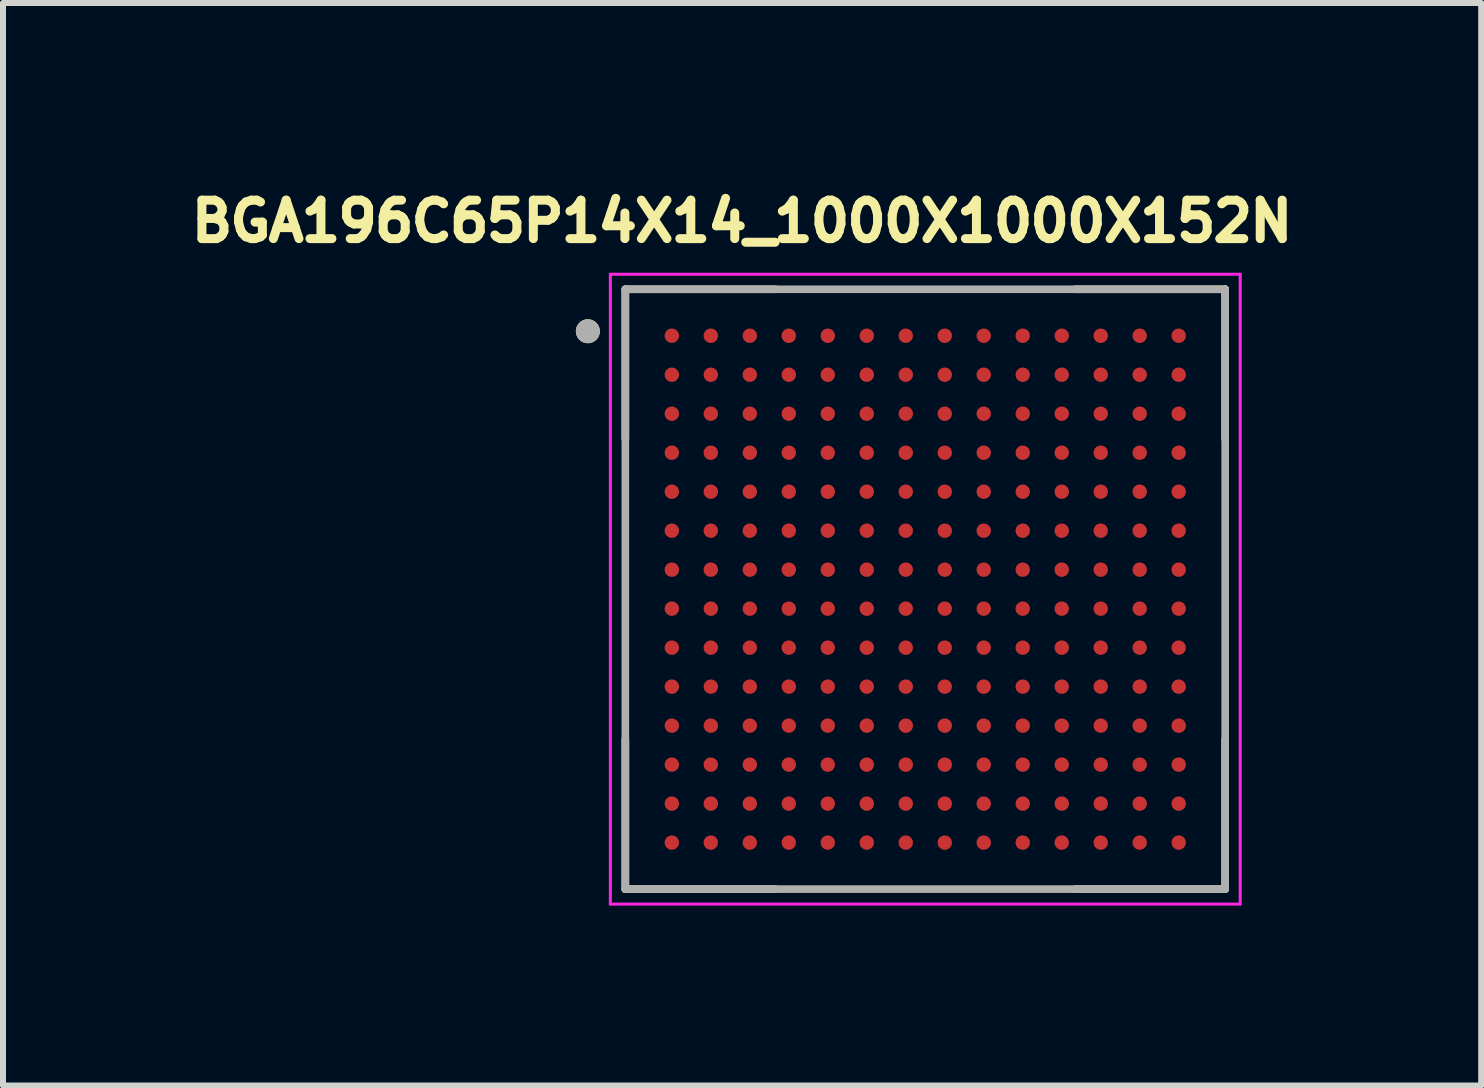
<source format=kicad_pcb>
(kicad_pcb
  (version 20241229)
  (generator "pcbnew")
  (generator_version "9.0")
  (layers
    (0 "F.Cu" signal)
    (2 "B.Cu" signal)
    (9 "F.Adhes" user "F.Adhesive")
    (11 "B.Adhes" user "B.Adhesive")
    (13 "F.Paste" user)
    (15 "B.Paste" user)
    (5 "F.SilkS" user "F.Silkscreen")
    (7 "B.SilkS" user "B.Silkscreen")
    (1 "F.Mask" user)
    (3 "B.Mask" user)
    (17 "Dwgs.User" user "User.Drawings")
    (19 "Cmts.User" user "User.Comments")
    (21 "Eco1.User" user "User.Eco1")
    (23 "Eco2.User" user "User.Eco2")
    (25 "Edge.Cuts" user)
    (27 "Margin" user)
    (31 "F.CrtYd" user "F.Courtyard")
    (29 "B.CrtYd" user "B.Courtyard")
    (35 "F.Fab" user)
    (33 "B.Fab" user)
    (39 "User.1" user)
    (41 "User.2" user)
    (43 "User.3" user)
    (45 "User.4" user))
  (footprint "BGA196C65P14X14_1000X1000X152N"
    (layer "F.Cu")
    (at 12.375 6.772)
    (property "Reference" "BGA196C65P14X14_1000X1000X152N" (at -3.054 -6.133 0) (layer "F.SilkS") (effects (font (size 0.641 0.641) (thickness 0.15))))
    (attr smd)
    (fp_line (start -5 -5) (end -5 -2.5) (stroke (width 0.127) (type solid)) (layer "F.SilkS"))
    (fp_line (start -5 -5) (end -2.5 -5) (stroke (width 0.127) (type solid)) (layer "F.SilkS"))
    (fp_line (start -5 5) (end -5 2.5) (stroke (width 0.127) (type solid)) (layer "F.SilkS"))
    (fp_line (start -2.5 5) (end -5 5) (stroke (width 0.127) (type solid)) (layer "F.SilkS"))
    (fp_line (start 2.5 -5) (end 5 -5) (stroke (width 0.127) (type solid)) (layer "F.SilkS"))
    (fp_line (start 5 -5) (end 5 -2.5) (stroke (width 0.127) (type solid)) (layer "F.SilkS"))
    (fp_line (start 5 2.5) (end 5 5) (stroke (width 0.127) (type solid)) (layer "F.SilkS"))
    (fp_line (start 5 5) (end 2.5 5) (stroke (width 0.127) (type solid)) (layer "F.SilkS"))
    (fp_circle (center -5.625 -4.3) (end -5.525 -4.3) (stroke (width 0.2) (type solid)) (fill no) (layer "F.SilkS"))
    (fp_line (start -5.25 -5.25) (end -5.25 5.25) (stroke (width 0.05) (type solid)) (layer "F.CrtYd"))
    (fp_line (start -5.25 5.25) (end 5.25 5.25) (stroke (width 0.05) (type solid)) (layer "F.CrtYd"))
    (fp_line (start 5.25 -5.25) (end -5.25 -5.25) (stroke (width 0.05) (type solid)) (layer "F.CrtYd"))
    (fp_line (start 5.25 5.25) (end 5.25 -5.25) (stroke (width 0.05) (type solid)) (layer "F.CrtYd"))
    (fp_line (start -5 -5) (end 5 -5) (stroke (width 0.127) (type solid)) (layer "F.Fab"))
    (fp_line (start -5 5) (end -5 -5) (stroke (width 0.127) (type solid)) (layer "F.Fab"))
    (fp_line (start 5 -5) (end 5 5) (stroke (width 0.127) (type solid)) (layer "F.Fab"))
    (fp_line (start 5 5) (end -5 5) (stroke (width 0.127) (type solid)) (layer "F.Fab"))
    (fp_circle (center -5.625 -4.3) (end -5.525 -4.3) (stroke (width 0.2) (type solid)) (fill no) (layer "F.Fab"))
    (pad "A1" smd circle (at -4.225 -4.225) (size 0.24 0.24) (layers "F.Cu" "F.Mask" "F.Paste"))
    (pad "A2" smd circle (at -3.575 -4.225) (size 0.24 0.24) (layers "F.Cu" "F.Mask" "F.Paste"))
    (pad "A3" smd circle (at -2.925 -4.225) (size 0.24 0.24) (layers "F.Cu" "F.Mask" "F.Paste"))
    (pad "A4" smd circle (at -2.275 -4.225) (size 0.24 0.24) (layers "F.Cu" "F.Mask" "F.Paste"))
    (pad "A5" smd circle (at -1.625 -4.225) (size 0.24 0.24) (layers "F.Cu" "F.Mask" "F.Paste"))
    (pad "A6" smd circle (at -0.975 -4.225) (size 0.24 0.24) (layers "F.Cu" "F.Mask" "F.Paste"))
    (pad "A7" smd circle (at -0.325 -4.225) (size 0.24 0.24) (layers "F.Cu" "F.Mask" "F.Paste"))
    (pad "A8" smd circle (at 0.325 -4.225) (size 0.24 0.24) (layers "F.Cu" "F.Mask" "F.Paste"))
    (pad "A9" smd circle (at 0.975 -4.225) (size 0.24 0.24) (layers "F.Cu" "F.Mask" "F.Paste"))
    (pad "A10" smd circle (at 1.625 -4.225) (size 0.24 0.24) (layers "F.Cu" "F.Mask" "F.Paste"))
    (pad "A11" smd circle (at 2.275 -4.225) (size 0.24 0.24) (layers "F.Cu" "F.Mask" "F.Paste"))
    (pad "A12" smd circle (at 2.925 -4.225) (size 0.24 0.24) (layers "F.Cu" "F.Mask" "F.Paste"))
    (pad "A13" smd circle (at 3.575 -4.225) (size 0.24 0.24) (layers "F.Cu" "F.Mask" "F.Paste"))
    (pad "A14" smd circle (at 4.225 -4.225) (size 0.24 0.24) (layers "F.Cu" "F.Mask" "F.Paste"))
    (pad "B1" smd circle (at -4.225 -3.575) (size 0.24 0.24) (layers "F.Cu" "F.Mask" "F.Paste"))
    (pad "B2" smd circle (at -3.575 -3.575) (size 0.24 0.24) (layers "F.Cu" "F.Mask" "F.Paste"))
    (pad "B3" smd circle (at -2.925 -3.575) (size 0.24 0.24) (layers "F.Cu" "F.Mask" "F.Paste"))
    (pad "B4" smd circle (at -2.275 -3.575) (size 0.24 0.24) (layers "F.Cu" "F.Mask" "F.Paste"))
    (pad "B5" smd circle (at -1.625 -3.575) (size 0.24 0.24) (layers "F.Cu" "F.Mask" "F.Paste"))
    (pad "B6" smd circle (at -0.975 -3.575) (size 0.24 0.24) (layers "F.Cu" "F.Mask" "F.Paste"))
    (pad "B7" smd circle (at -0.325 -3.575) (size 0.24 0.24) (layers "F.Cu" "F.Mask" "F.Paste"))
    (pad "B8" smd circle (at 0.325 -3.575) (size 0.24 0.24) (layers "F.Cu" "F.Mask" "F.Paste"))
    (pad "B9" smd circle (at 0.975 -3.575) (size 0.24 0.24) (layers "F.Cu" "F.Mask" "F.Paste"))
    (pad "B10" smd circle (at 1.625 -3.575) (size 0.24 0.24) (layers "F.Cu" "F.Mask" "F.Paste"))
    (pad "B11" smd circle (at 2.275 -3.575) (size 0.24 0.24) (layers "F.Cu" "F.Mask" "F.Paste"))
    (pad "B12" smd circle (at 2.925 -3.575) (size 0.24 0.24) (layers "F.Cu" "F.Mask" "F.Paste"))
    (pad "B13" smd circle (at 3.575 -3.575) (size 0.24 0.24) (layers "F.Cu" "F.Mask" "F.Paste"))
    (pad "B14" smd circle (at 4.225 -3.575) (size 0.24 0.24) (layers "F.Cu" "F.Mask" "F.Paste"))
    (pad "C1" smd circle (at -4.225 -2.925) (size 0.24 0.24) (layers "F.Cu" "F.Mask" "F.Paste"))
    (pad "C2" smd circle (at -3.575 -2.925) (size 0.24 0.24) (layers "F.Cu" "F.Mask" "F.Paste"))
    (pad "C3" smd circle (at -2.925 -2.925) (size 0.24 0.24) (layers "F.Cu" "F.Mask" "F.Paste"))
    (pad "C4" smd circle (at -2.275 -2.925) (size 0.24 0.24) (layers "F.Cu" "F.Mask" "F.Paste"))
    (pad "C5" smd circle (at -1.625 -2.925) (size 0.24 0.24) (layers "F.Cu" "F.Mask" "F.Paste"))
    (pad "C6" smd circle (at -0.975 -2.925) (size 0.24 0.24) (layers "F.Cu" "F.Mask" "F.Paste"))
    (pad "C7" smd circle (at -0.325 -2.925) (size 0.24 0.24) (layers "F.Cu" "F.Mask" "F.Paste"))
    (pad "C8" smd circle (at 0.325 -2.925) (size 0.24 0.24) (layers "F.Cu" "F.Mask" "F.Paste"))
    (pad "C9" smd circle (at 0.975 -2.925) (size 0.24 0.24) (layers "F.Cu" "F.Mask" "F.Paste"))
    (pad "C10" smd circle (at 1.625 -2.925) (size 0.24 0.24) (layers "F.Cu" "F.Mask" "F.Paste"))
    (pad "C11" smd circle (at 2.275 -2.925) (size 0.24 0.24) (layers "F.Cu" "F.Mask" "F.Paste"))
    (pad "C12" smd circle (at 2.925 -2.925) (size 0.24 0.24) (layers "F.Cu" "F.Mask" "F.Paste"))
    (pad "C13" smd circle (at 3.575 -2.925) (size 0.24 0.24) (layers "F.Cu" "F.Mask" "F.Paste"))
    (pad "C14" smd circle (at 4.225 -2.925) (size 0.24 0.24) (layers "F.Cu" "F.Mask" "F.Paste"))
    (pad "D1" smd circle (at -4.225 -2.275) (size 0.24 0.24) (layers "F.Cu" "F.Mask" "F.Paste"))
    (pad "D2" smd circle (at -3.575 -2.275) (size 0.24 0.24) (layers "F.Cu" "F.Mask" "F.Paste"))
    (pad "D3" smd circle (at -2.925 -2.275) (size 0.24 0.24) (layers "F.Cu" "F.Mask" "F.Paste"))
    (pad "D4" smd circle (at -2.275 -2.275) (size 0.24 0.24) (layers "F.Cu" "F.Mask" "F.Paste"))
    (pad "D5" smd circle (at -1.625 -2.275) (size 0.24 0.24) (layers "F.Cu" "F.Mask" "F.Paste"))
    (pad "D6" smd circle (at -0.975 -2.275) (size 0.24 0.24) (layers "F.Cu" "F.Mask" "F.Paste"))
    (pad "D7" smd circle (at -0.325 -2.275) (size 0.24 0.24) (layers "F.Cu" "F.Mask" "F.Paste"))
    (pad "D8" smd circle (at 0.325 -2.275) (size 0.24 0.24) (layers "F.Cu" "F.Mask" "F.Paste"))
    (pad "D9" smd circle (at 0.975 -2.275) (size 0.24 0.24) (layers "F.Cu" "F.Mask" "F.Paste"))
    (pad "D10" smd circle (at 1.625 -2.275) (size 0.24 0.24) (layers "F.Cu" "F.Mask" "F.Paste"))
    (pad "D11" smd circle (at 2.275 -2.275) (size 0.24 0.24) (layers "F.Cu" "F.Mask" "F.Paste"))
    (pad "D12" smd circle (at 2.925 -2.275) (size 0.24 0.24) (layers "F.Cu" "F.Mask" "F.Paste"))
    (pad "D13" smd circle (at 3.575 -2.275) (size 0.24 0.24) (layers "F.Cu" "F.Mask" "F.Paste"))
    (pad "D14" smd circle (at 4.225 -2.275) (size 0.24 0.24) (layers "F.Cu" "F.Mask" "F.Paste"))
    (pad "E1" smd circle (at -4.225 -1.625) (size 0.24 0.24) (layers "F.Cu" "F.Mask" "F.Paste"))
    (pad "E2" smd circle (at -3.575 -1.625) (size 0.24 0.24) (layers "F.Cu" "F.Mask" "F.Paste"))
    (pad "E3" smd circle (at -2.925 -1.625) (size 0.24 0.24) (layers "F.Cu" "F.Mask" "F.Paste"))
    (pad "E4" smd circle (at -2.275 -1.625) (size 0.24 0.24) (layers "F.Cu" "F.Mask" "F.Paste"))
    (pad "E5" smd circle (at -1.625 -1.625) (size 0.24 0.24) (layers "F.Cu" "F.Mask" "F.Paste"))
    (pad "E6" smd circle (at -0.975 -1.625) (size 0.24 0.24) (layers "F.Cu" "F.Mask" "F.Paste"))
    (pad "E7" smd circle (at -0.325 -1.625) (size 0.24 0.24) (layers "F.Cu" "F.Mask" "F.Paste"))
    (pad "E8" smd circle (at 0.325 -1.625) (size 0.24 0.24) (layers "F.Cu" "F.Mask" "F.Paste"))
    (pad "E9" smd circle (at 0.975 -1.625) (size 0.24 0.24) (layers "F.Cu" "F.Mask" "F.Paste"))
    (pad "E10" smd circle (at 1.625 -1.625) (size 0.24 0.24) (layers "F.Cu" "F.Mask" "F.Paste"))
    (pad "E11" smd circle (at 2.275 -1.625) (size 0.24 0.24) (layers "F.Cu" "F.Mask" "F.Paste"))
    (pad "E12" smd circle (at 2.925 -1.625) (size 0.24 0.24) (layers "F.Cu" "F.Mask" "F.Paste"))
    (pad "E13" smd circle (at 3.575 -1.625) (size 0.24 0.24) (layers "F.Cu" "F.Mask" "F.Paste"))
    (pad "E14" smd circle (at 4.225 -1.625) (size 0.24 0.24) (layers "F.Cu" "F.Mask" "F.Paste"))
    (pad "F1" smd circle (at -4.225 -0.975) (size 0.24 0.24) (layers "F.Cu" "F.Mask" "F.Paste"))
    (pad "F2" smd circle (at -3.575 -0.975) (size 0.24 0.24) (layers "F.Cu" "F.Mask" "F.Paste"))
    (pad "F3" smd circle (at -2.925 -0.975) (size 0.24 0.24) (layers "F.Cu" "F.Mask" "F.Paste"))
    (pad "F4" smd circle (at -2.275 -0.975) (size 0.24 0.24) (layers "F.Cu" "F.Mask" "F.Paste"))
    (pad "F5" smd circle (at -1.625 -0.975) (size 0.24 0.24) (layers "F.Cu" "F.Mask" "F.Paste"))
    (pad "F6" smd circle (at -0.975 -0.975) (size 0.24 0.24) (layers "F.Cu" "F.Mask" "F.Paste"))
    (pad "F7" smd circle (at -0.325 -0.975) (size 0.24 0.24) (layers "F.Cu" "F.Mask" "F.Paste"))
    (pad "F8" smd circle (at 0.325 -0.975) (size 0.24 0.24) (layers "F.Cu" "F.Mask" "F.Paste"))
    (pad "F9" smd circle (at 0.975 -0.975) (size 0.24 0.24) (layers "F.Cu" "F.Mask" "F.Paste"))
    (pad "F10" smd circle (at 1.625 -0.975) (size 0.24 0.24) (layers "F.Cu" "F.Mask" "F.Paste"))
    (pad "F11" smd circle (at 2.275 -0.975) (size 0.24 0.24) (layers "F.Cu" "F.Mask" "F.Paste"))
    (pad "F12" smd circle (at 2.925 -0.975) (size 0.24 0.24) (layers "F.Cu" "F.Mask" "F.Paste"))
    (pad "F13" smd circle (at 3.575 -0.975) (size 0.24 0.24) (layers "F.Cu" "F.Mask" "F.Paste"))
    (pad "F14" smd circle (at 4.225 -0.975) (size 0.24 0.24) (layers "F.Cu" "F.Mask" "F.Paste"))
    (pad "G1" smd circle (at -4.225 -0.325) (size 0.24 0.24) (layers "F.Cu" "F.Mask" "F.Paste"))
    (pad "G2" smd circle (at -3.575 -0.325) (size 0.24 0.24) (layers "F.Cu" "F.Mask" "F.Paste"))
    (pad "G3" smd circle (at -2.925 -0.325) (size 0.24 0.24) (layers "F.Cu" "F.Mask" "F.Paste"))
    (pad "G4" smd circle (at -2.275 -0.325) (size 0.24 0.24) (layers "F.Cu" "F.Mask" "F.Paste"))
    (pad "G5" smd circle (at -1.625 -0.325) (size 0.24 0.24) (layers "F.Cu" "F.Mask" "F.Paste"))
    (pad "G6" smd circle (at -0.975 -0.325) (size 0.24 0.24) (layers "F.Cu" "F.Mask" "F.Paste"))
    (pad "G7" smd circle (at -0.325 -0.325) (size 0.24 0.24) (layers "F.Cu" "F.Mask" "F.Paste"))
    (pad "G8" smd circle (at 0.325 -0.325) (size 0.24 0.24) (layers "F.Cu" "F.Mask" "F.Paste"))
    (pad "G9" smd circle (at 0.975 -0.325) (size 0.24 0.24) (layers "F.Cu" "F.Mask" "F.Paste"))
    (pad "G10" smd circle (at 1.625 -0.325) (size 0.24 0.24) (layers "F.Cu" "F.Mask" "F.Paste"))
    (pad "G11" smd circle (at 2.275 -0.325) (size 0.24 0.24) (layers "F.Cu" "F.Mask" "F.Paste"))
    (pad "G12" smd circle (at 2.925 -0.325) (size 0.24 0.24) (layers "F.Cu" "F.Mask" "F.Paste"))
    (pad "G13" smd circle (at 3.575 -0.325) (size 0.24 0.24) (layers "F.Cu" "F.Mask" "F.Paste"))
    (pad "G14" smd circle (at 4.225 -0.325) (size 0.24 0.24) (layers "F.Cu" "F.Mask" "F.Paste"))
    (pad "H1" smd circle (at -4.225 0.325) (size 0.24 0.24) (layers "F.Cu" "F.Mask" "F.Paste"))
    (pad "H2" smd circle (at -3.575 0.325) (size 0.24 0.24) (layers "F.Cu" "F.Mask" "F.Paste"))
    (pad "H3" smd circle (at -2.925 0.325) (size 0.24 0.24) (layers "F.Cu" "F.Mask" "F.Paste"))
    (pad "H4" smd circle (at -2.275 0.325) (size 0.24 0.24) (layers "F.Cu" "F.Mask" "F.Paste"))
    (pad "H5" smd circle (at -1.625 0.325) (size 0.24 0.24) (layers "F.Cu" "F.Mask" "F.Paste"))
    (pad "H6" smd circle (at -0.975 0.325) (size 0.24 0.24) (layers "F.Cu" "F.Mask" "F.Paste"))
    (pad "H7" smd circle (at -0.325 0.325) (size 0.24 0.24) (layers "F.Cu" "F.Mask" "F.Paste"))
    (pad "H8" smd circle (at 0.325 0.325) (size 0.24 0.24) (layers "F.Cu" "F.Mask" "F.Paste"))
    (pad "H9" smd circle (at 0.975 0.325) (size 0.24 0.24) (layers "F.Cu" "F.Mask" "F.Paste"))
    (pad "H10" smd circle (at 1.625 0.325) (size 0.24 0.24) (layers "F.Cu" "F.Mask" "F.Paste"))
    (pad "H11" smd circle (at 2.275 0.325) (size 0.24 0.24) (layers "F.Cu" "F.Mask" "F.Paste"))
    (pad "H12" smd circle (at 2.925 0.325) (size 0.24 0.24) (layers "F.Cu" "F.Mask" "F.Paste"))
    (pad "H13" smd circle (at 3.575 0.325) (size 0.24 0.24) (layers "F.Cu" "F.Mask" "F.Paste"))
    (pad "H14" smd circle (at 4.225 0.325) (size 0.24 0.24) (layers "F.Cu" "F.Mask" "F.Paste"))
    (pad "J1" smd circle (at -4.225 0.975) (size 0.24 0.24) (layers "F.Cu" "F.Mask" "F.Paste"))
    (pad "J2" smd circle (at -3.575 0.975) (size 0.24 0.24) (layers "F.Cu" "F.Mask" "F.Paste"))
    (pad "J3" smd circle (at -2.925 0.975) (size 0.24 0.24) (layers "F.Cu" "F.Mask" "F.Paste"))
    (pad "J4" smd circle (at -2.275 0.975) (size 0.24 0.24) (layers "F.Cu" "F.Mask" "F.Paste"))
    (pad "J5" smd circle (at -1.625 0.975) (size 0.24 0.24) (layers "F.Cu" "F.Mask" "F.Paste"))
    (pad "J6" smd circle (at -0.975 0.975) (size 0.24 0.24) (layers "F.Cu" "F.Mask" "F.Paste"))
    (pad "J7" smd circle (at -0.325 0.975) (size 0.24 0.24) (layers "F.Cu" "F.Mask" "F.Paste"))
    (pad "J8" smd circle (at 0.325 0.975) (size 0.24 0.24) (layers "F.Cu" "F.Mask" "F.Paste"))
    (pad "J9" smd circle (at 0.975 0.975) (size 0.24 0.24) (layers "F.Cu" "F.Mask" "F.Paste"))
    (pad "J10" smd circle (at 1.625 0.975) (size 0.24 0.24) (layers "F.Cu" "F.Mask" "F.Paste"))
    (pad "J11" smd circle (at 2.275 0.975) (size 0.24 0.24) (layers "F.Cu" "F.Mask" "F.Paste"))
    (pad "J12" smd circle (at 2.925 0.975) (size 0.24 0.24) (layers "F.Cu" "F.Mask" "F.Paste"))
    (pad "J13" smd circle (at 3.575 0.975) (size 0.24 0.24) (layers "F.Cu" "F.Mask" "F.Paste"))
    (pad "J14" smd circle (at 4.225 0.975) (size 0.24 0.24) (layers "F.Cu" "F.Mask" "F.Paste"))
    (pad "K1" smd circle (at -4.225 1.625) (size 0.24 0.24) (layers "F.Cu" "F.Mask" "F.Paste"))
    (pad "K2" smd circle (at -3.575 1.625) (size 0.24 0.24) (layers "F.Cu" "F.Mask" "F.Paste"))
    (pad "K3" smd circle (at -2.925 1.625) (size 0.24 0.24) (layers "F.Cu" "F.Mask" "F.Paste"))
    (pad "K4" smd circle (at -2.275 1.625) (size 0.24 0.24) (layers "F.Cu" "F.Mask" "F.Paste"))
    (pad "K5" smd circle (at -1.625 1.625) (size 0.24 0.24) (layers "F.Cu" "F.Mask" "F.Paste"))
    (pad "K6" smd circle (at -0.975 1.625) (size 0.24 0.24) (layers "F.Cu" "F.Mask" "F.Paste"))
    (pad "K7" smd circle (at -0.325 1.625) (size 0.24 0.24) (layers "F.Cu" "F.Mask" "F.Paste"))
    (pad "K8" smd circle (at 0.325 1.625) (size 0.24 0.24) (layers "F.Cu" "F.Mask" "F.Paste"))
    (pad "K9" smd circle (at 0.975 1.625) (size 0.24 0.24) (layers "F.Cu" "F.Mask" "F.Paste"))
    (pad "K10" smd circle (at 1.625 1.625) (size 0.24 0.24) (layers "F.Cu" "F.Mask" "F.Paste"))
    (pad "K11" smd circle (at 2.275 1.625) (size 0.24 0.24) (layers "F.Cu" "F.Mask" "F.Paste"))
    (pad "K12" smd circle (at 2.925 1.625) (size 0.24 0.24) (layers "F.Cu" "F.Mask" "F.Paste"))
    (pad "K13" smd circle (at 3.575 1.625) (size 0.24 0.24) (layers "F.Cu" "F.Mask" "F.Paste"))
    (pad "K14" smd circle (at 4.225 1.625) (size 0.24 0.24) (layers "F.Cu" "F.Mask" "F.Paste"))
    (pad "L1" smd circle (at -4.225 2.275) (size 0.24 0.24) (layers "F.Cu" "F.Mask" "F.Paste"))
    (pad "L2" smd circle (at -3.575 2.275) (size 0.24 0.24) (layers "F.Cu" "F.Mask" "F.Paste"))
    (pad "L3" smd circle (at -2.925 2.275) (size 0.24 0.24) (layers "F.Cu" "F.Mask" "F.Paste"))
    (pad "L4" smd circle (at -2.275 2.275) (size 0.24 0.24) (layers "F.Cu" "F.Mask" "F.Paste"))
    (pad "L5" smd circle (at -1.625 2.275) (size 0.24 0.24) (layers "F.Cu" "F.Mask" "F.Paste"))
    (pad "L6" smd circle (at -0.975 2.275) (size 0.24 0.24) (layers "F.Cu" "F.Mask" "F.Paste"))
    (pad "L7" smd circle (at -0.325 2.275) (size 0.24 0.24) (layers "F.Cu" "F.Mask" "F.Paste"))
    (pad "L8" smd circle (at 0.325 2.275) (size 0.24 0.24) (layers "F.Cu" "F.Mask" "F.Paste"))
    (pad "L9" smd circle (at 0.975 2.275) (size 0.24 0.24) (layers "F.Cu" "F.Mask" "F.Paste"))
    (pad "L10" smd circle (at 1.625 2.275) (size 0.24 0.24) (layers "F.Cu" "F.Mask" "F.Paste"))
    (pad "L11" smd circle (at 2.275 2.275) (size 0.24 0.24) (layers "F.Cu" "F.Mask" "F.Paste"))
    (pad "L12" smd circle (at 2.925 2.275) (size 0.24 0.24) (layers "F.Cu" "F.Mask" "F.Paste"))
    (pad "L13" smd circle (at 3.575 2.275) (size 0.24 0.24) (layers "F.Cu" "F.Mask" "F.Paste"))
    (pad "L14" smd circle (at 4.225 2.275) (size 0.24 0.24) (layers "F.Cu" "F.Mask" "F.Paste"))
    (pad "M1" smd circle (at -4.225 2.925) (size 0.24 0.24) (layers "F.Cu" "F.Mask" "F.Paste"))
    (pad "M2" smd circle (at -3.575 2.925) (size 0.24 0.24) (layers "F.Cu" "F.Mask" "F.Paste"))
    (pad "M3" smd circle (at -2.925 2.925) (size 0.24 0.24) (layers "F.Cu" "F.Mask" "F.Paste"))
    (pad "M4" smd circle (at -2.275 2.925) (size 0.24 0.24) (layers "F.Cu" "F.Mask" "F.Paste"))
    (pad "M5" smd circle (at -1.625 2.925) (size 0.24 0.24) (layers "F.Cu" "F.Mask" "F.Paste"))
    (pad "M6" smd circle (at -0.975 2.925) (size 0.24 0.24) (layers "F.Cu" "F.Mask" "F.Paste"))
    (pad "M7" smd circle (at -0.325 2.925) (size 0.24 0.24) (layers "F.Cu" "F.Mask" "F.Paste"))
    (pad "M8" smd circle (at 0.325 2.925) (size 0.24 0.24) (layers "F.Cu" "F.Mask" "F.Paste"))
    (pad "M9" smd circle (at 0.975 2.925) (size 0.24 0.24) (layers "F.Cu" "F.Mask" "F.Paste"))
    (pad "M10" smd circle (at 1.625 2.925) (size 0.24 0.24) (layers "F.Cu" "F.Mask" "F.Paste"))
    (pad "M11" smd circle (at 2.275 2.925) (size 0.24 0.24) (layers "F.Cu" "F.Mask" "F.Paste"))
    (pad "M12" smd circle (at 2.925 2.925) (size 0.24 0.24) (layers "F.Cu" "F.Mask" "F.Paste"))
    (pad "M13" smd circle (at 3.575 2.925) (size 0.24 0.24) (layers "F.Cu" "F.Mask" "F.Paste"))
    (pad "M14" smd circle (at 4.225 2.925) (size 0.24 0.24) (layers "F.Cu" "F.Mask" "F.Paste"))
    (pad "N1" smd circle (at -4.225 3.575) (size 0.24 0.24) (layers "F.Cu" "F.Mask" "F.Paste"))
    (pad "N2" smd circle (at -3.575 3.575) (size 0.24 0.24) (layers "F.Cu" "F.Mask" "F.Paste"))
    (pad "N3" smd circle (at -2.925 3.575) (size 0.24 0.24) (layers "F.Cu" "F.Mask" "F.Paste"))
    (pad "N4" smd circle (at -2.275 3.575) (size 0.24 0.24) (layers "F.Cu" "F.Mask" "F.Paste"))
    (pad "N5" smd circle (at -1.625 3.575) (size 0.24 0.24) (layers "F.Cu" "F.Mask" "F.Paste"))
    (pad "N6" smd circle (at -0.975 3.575) (size 0.24 0.24) (layers "F.Cu" "F.Mask" "F.Paste"))
    (pad "N7" smd circle (at -0.325 3.575) (size 0.24 0.24) (layers "F.Cu" "F.Mask" "F.Paste"))
    (pad "N8" smd circle (at 0.325 3.575) (size 0.24 0.24) (layers "F.Cu" "F.Mask" "F.Paste"))
    (pad "N9" smd circle (at 0.975 3.575) (size 0.24 0.24) (layers "F.Cu" "F.Mask" "F.Paste"))
    (pad "N10" smd circle (at 1.625 3.575) (size 0.24 0.24) (layers "F.Cu" "F.Mask" "F.Paste"))
    (pad "N11" smd circle (at 2.275 3.575) (size 0.24 0.24) (layers "F.Cu" "F.Mask" "F.Paste"))
    (pad "N12" smd circle (at 2.925 3.575) (size 0.24 0.24) (layers "F.Cu" "F.Mask" "F.Paste"))
    (pad "N13" smd circle (at 3.575 3.575) (size 0.24 0.24) (layers "F.Cu" "F.Mask" "F.Paste"))
    (pad "N14" smd circle (at 4.225 3.575) (size 0.24 0.24) (layers "F.Cu" "F.Mask" "F.Paste"))
    (pad "P1" smd circle (at -4.225 4.225) (size 0.24 0.24) (layers "F.Cu" "F.Mask" "F.Paste"))
    (pad "P2" smd circle (at -3.575 4.225) (size 0.24 0.24) (layers "F.Cu" "F.Mask" "F.Paste"))
    (pad "P3" smd circle (at -2.925 4.225) (size 0.24 0.24) (layers "F.Cu" "F.Mask" "F.Paste"))
    (pad "P4" smd circle (at -2.275 4.225) (size 0.24 0.24) (layers "F.Cu" "F.Mask" "F.Paste"))
    (pad "P5" smd circle (at -1.625 4.225) (size 0.24 0.24) (layers "F.Cu" "F.Mask" "F.Paste"))
    (pad "P6" smd circle (at -0.975 4.225) (size 0.24 0.24) (layers "F.Cu" "F.Mask" "F.Paste"))
    (pad "P7" smd circle (at -0.325 4.225) (size 0.24 0.24) (layers "F.Cu" "F.Mask" "F.Paste"))
    (pad "P8" smd circle (at 0.325 4.225) (size 0.24 0.24) (layers "F.Cu" "F.Mask" "F.Paste"))
    (pad "P9" smd circle (at 0.975 4.225) (size 0.24 0.24) (layers "F.Cu" "F.Mask" "F.Paste"))
    (pad "P10" smd circle (at 1.625 4.225) (size 0.24 0.24) (layers "F.Cu" "F.Mask" "F.Paste"))
    (pad "P11" smd circle (at 2.275 4.225) (size 0.24 0.24) (layers "F.Cu" "F.Mask" "F.Paste"))
    (pad "P12" smd circle (at 2.925 4.225) (size 0.24 0.24) (layers "F.Cu" "F.Mask" "F.Paste"))
    (pad "P13" smd circle (at 3.575 4.225) (size 0.24 0.24) (layers "F.Cu" "F.Mask" "F.Paste"))
    (pad "P14" smd circle (at 4.225 4.225) (size 0.24 0.24) (layers "F.Cu" "F.Mask" "F.Paste")))
  (gr_rect
    (start -3 -3)
    (end 21.643 15.047)
    (stroke (width 0.1) (type default))
    (fill no)
    (layer "Edge.Cuts")))
</source>
